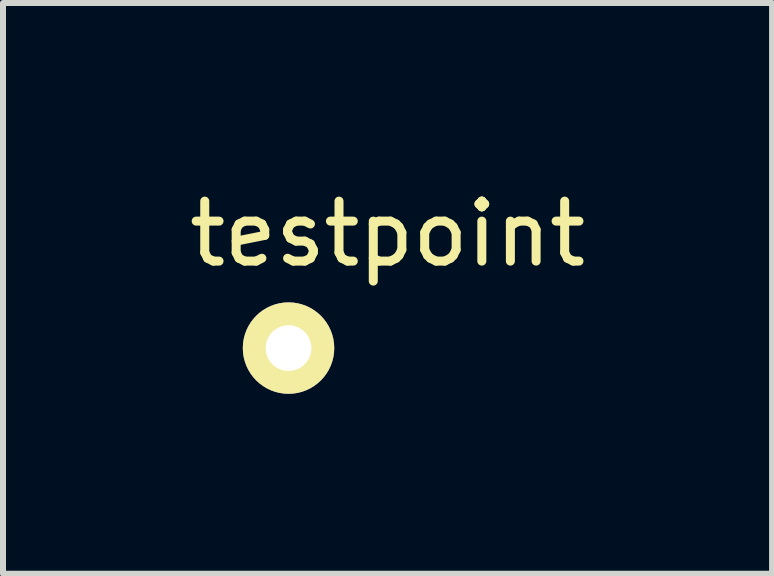
<source format=kicad_pcb>
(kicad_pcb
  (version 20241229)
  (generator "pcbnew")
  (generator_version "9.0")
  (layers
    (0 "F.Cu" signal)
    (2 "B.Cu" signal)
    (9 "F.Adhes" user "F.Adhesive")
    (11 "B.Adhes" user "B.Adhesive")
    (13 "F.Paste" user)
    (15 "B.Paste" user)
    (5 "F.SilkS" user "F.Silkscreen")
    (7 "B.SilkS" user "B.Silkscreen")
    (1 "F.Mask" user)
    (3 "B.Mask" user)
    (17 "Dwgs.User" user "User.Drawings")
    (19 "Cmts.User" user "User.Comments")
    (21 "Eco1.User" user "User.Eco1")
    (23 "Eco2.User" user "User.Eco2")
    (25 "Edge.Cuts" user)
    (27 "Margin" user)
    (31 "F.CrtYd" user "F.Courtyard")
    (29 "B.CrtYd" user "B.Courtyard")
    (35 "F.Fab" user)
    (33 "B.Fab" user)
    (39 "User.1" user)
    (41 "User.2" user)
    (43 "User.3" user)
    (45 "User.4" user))
  (footprint "testpoint"
    (layer "F.Cu")
    (at 1.76 2.88)
    (property "Reference" "testpoint" (at 1.651 -2.032 0) (layer "F.SilkS") (effects (font (size 1 1) (thickness 0.15))))
    (attr through_hole)
    (pad "1" thru_hole circle (at 0 -0.127) (size 1.524 1.524) (drill 0.762) (layers "*.Cu" "*.Mask" "F.SilkS")))
  (gr_rect
    (start -3 -3)
    (end 9.821 6.515)
    (stroke (width 0.1) (type default))
    (fill no)
    (layer "Edge.Cuts")))
</source>
